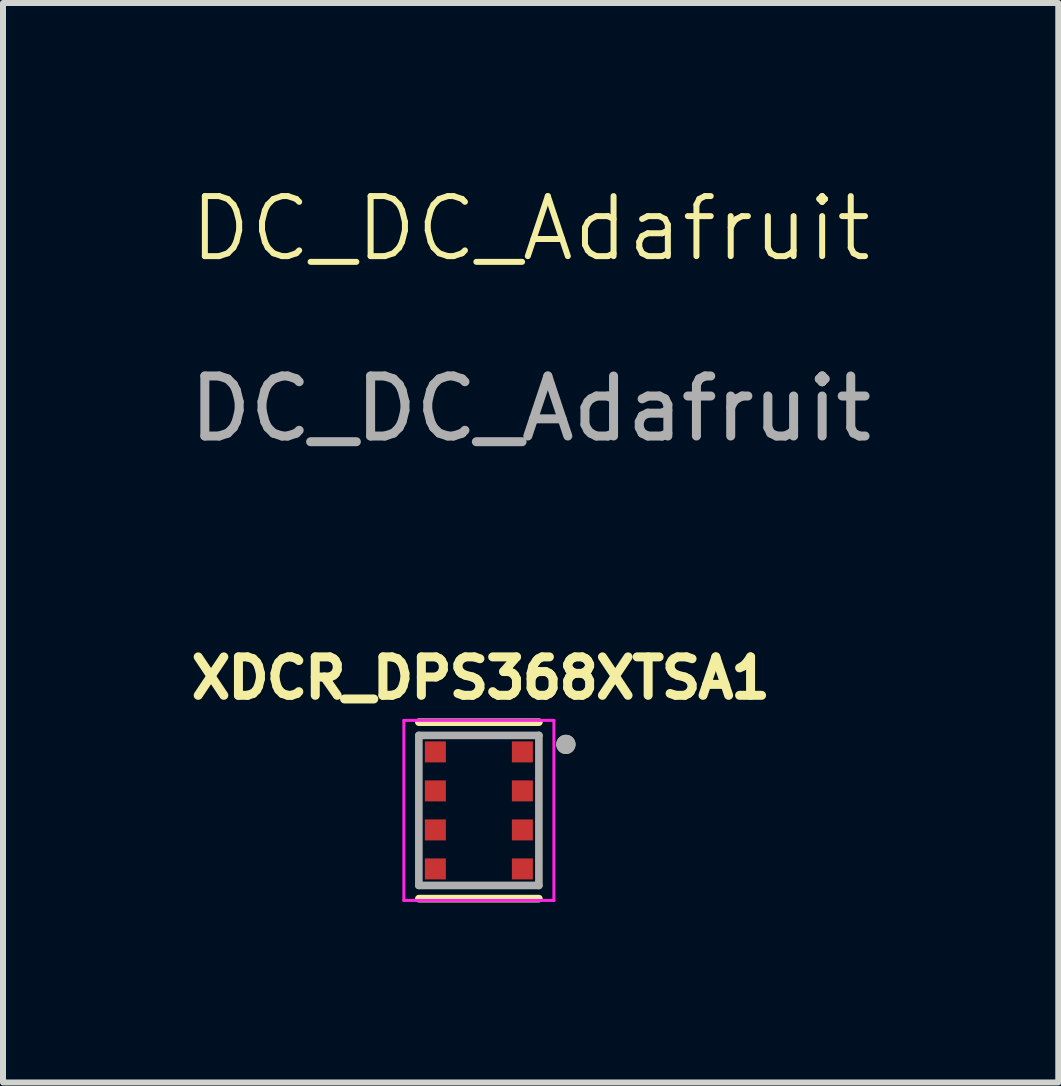
<source format=kicad_pcb>
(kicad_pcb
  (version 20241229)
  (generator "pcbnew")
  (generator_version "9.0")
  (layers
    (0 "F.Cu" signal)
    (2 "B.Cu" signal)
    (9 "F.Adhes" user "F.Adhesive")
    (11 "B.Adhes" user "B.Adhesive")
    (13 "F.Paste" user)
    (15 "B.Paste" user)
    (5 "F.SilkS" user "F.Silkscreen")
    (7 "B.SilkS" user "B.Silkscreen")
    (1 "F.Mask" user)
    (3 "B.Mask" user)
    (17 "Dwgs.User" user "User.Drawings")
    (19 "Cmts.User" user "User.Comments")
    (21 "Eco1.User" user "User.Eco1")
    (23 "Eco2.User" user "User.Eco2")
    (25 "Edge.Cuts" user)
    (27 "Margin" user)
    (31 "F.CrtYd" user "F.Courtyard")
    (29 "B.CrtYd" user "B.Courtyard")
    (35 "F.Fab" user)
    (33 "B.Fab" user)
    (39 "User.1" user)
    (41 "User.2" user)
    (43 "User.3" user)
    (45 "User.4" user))
  (footprint "XDCR_DPS368XTSA1"
    (layer "F.Cu")
    (at 4.929 10.453)
    (property "Reference" "XDCR_DPS368XTSA1" (at 0.032 -2.206 0) (layer "F.SilkS") (effects (font (size 0.64 0.64) (thickness 0.15))))
    (attr smd)
    (fp_line (start -1 -1.47) (end 1 -1.47) (stroke (width 0.127) (type solid)) (layer "F.SilkS"))
    (fp_line (start -1 1.47) (end 1 1.47) (stroke (width 0.127) (type solid)) (layer "F.SilkS"))
    (fp_circle (center 1.45 -1.1) (end 1.53 -1.1) (stroke (width 0.16) (type solid)) (fill no) (layer "F.SilkS"))
    (fp_circle (center -0.725 -0.975) (end -0.637 -0.975) (stroke (width 0.175) (type solid)) (fill no) (layer "F.Paste"))
    (fp_circle (center -0.725 -0.325) (end -0.637 -0.325) (stroke (width 0.175) (type solid)) (fill no) (layer "F.Paste"))
    (fp_circle (center -0.725 0.325) (end -0.637 0.325) (stroke (width 0.175) (type solid)) (fill no) (layer "F.Paste"))
    (fp_circle (center -0.725 0.975) (end -0.637 0.975) (stroke (width 0.175) (type solid)) (fill no) (layer "F.Paste"))
    (fp_circle (center 0.725 -0.975) (end 0.812 -0.975) (stroke (width 0.175) (type solid)) (fill no) (layer "F.Paste"))
    (fp_circle (center 0.725 -0.325) (end 0.812 -0.325) (stroke (width 0.175) (type solid)) (fill no) (layer "F.Paste"))
    (fp_circle (center 0.725 0.325) (end 0.812 0.325) (stroke (width 0.175) (type solid)) (fill no) (layer "F.Paste"))
    (fp_circle (center 0.725 0.975) (end 0.812 0.975) (stroke (width 0.175) (type solid)) (fill no) (layer "F.Paste"))
    (fp_line (start -1.25 -1.5) (end 1.25 -1.5) (stroke (width 0.05) (type solid)) (layer "F.CrtYd"))
    (fp_line (start -1.25 1.5) (end -1.25 -1.5) (stroke (width 0.05) (type solid)) (layer "F.CrtYd"))
    (fp_line (start 1.25 -1.5) (end 1.25 1.5) (stroke (width 0.05) (type solid)) (layer "F.CrtYd"))
    (fp_line (start 1.25 1.5) (end -1.25 1.5) (stroke (width 0.05) (type solid)) (layer "F.CrtYd"))
    (fp_line (start -1 -1.25) (end 1 -1.25) (stroke (width 0.127) (type solid)) (layer "F.Fab"))
    (fp_line (start -1 1.25) (end -1 -1.25) (stroke (width 0.127) (type solid)) (layer "F.Fab"))
    (fp_line (start 1 -1.25) (end 1 1.25) (stroke (width 0.127) (type solid)) (layer "F.Fab"))
    (fp_line (start 1 1.25) (end -1 1.25) (stroke (width 0.127) (type solid)) (layer "F.Fab"))
    (fp_circle (center 1.45 -1.1) (end 1.53 -1.1) (stroke (width 0.16) (type solid)) (fill no) (layer "F.Fab"))
    (pad "1" smd rect (at 0.725 -0.975) (size 0.35 0.35) (layers "F.Cu" "F.Mask"))
    (pad "2" smd rect (at 0.725 -0.325) (size 0.35 0.35) (layers "F.Cu" "F.Mask"))
    (pad "3" smd rect (at 0.725 0.325) (size 0.35 0.35) (layers "F.Cu" "F.Mask"))
    (pad "4" smd rect (at 0.725 0.975) (size 0.35 0.35) (layers "F.Cu" "F.Mask"))
    (pad "5" smd rect (at -0.725 0.975) (size 0.35 0.35) (layers "F.Cu" "F.Mask"))
    (pad "6" smd rect (at -0.725 0.325) (size 0.35 0.35) (layers "F.Cu" "F.Mask"))
    (pad "7" smd rect (at -0.725 -0.325) (size 0.35 0.35) (layers "F.Cu" "F.Mask"))
    (pad "8" smd rect (at -0.725 -0.975) (size 0.35 0.35) (layers "F.Cu" "F.Mask")))
  (footprint "DC_DC_Adafruit"
    (layer "F.Cu")
    (at 5.792 1.26)
    (property "Reference" "DC_DC_Adafruit" (at 0 -0.5 0) (unlocked yes) (layer "F.SilkS") (effects (font (size 1 1) (thickness 0.1))))
    (attr smd)
    (fp_text user "${REFERENCE}" (at 0 2.5 0) (unlocked yes) (layer "F.Fab") (effects (font (size 1 1) (thickness 0.15)))))
  (gr_rect
    (start -3 -3)
    (end 14.583 14.986)
    (stroke (width 0.1) (type default))
    (fill no)
    (layer "Edge.Cuts")))
</source>
